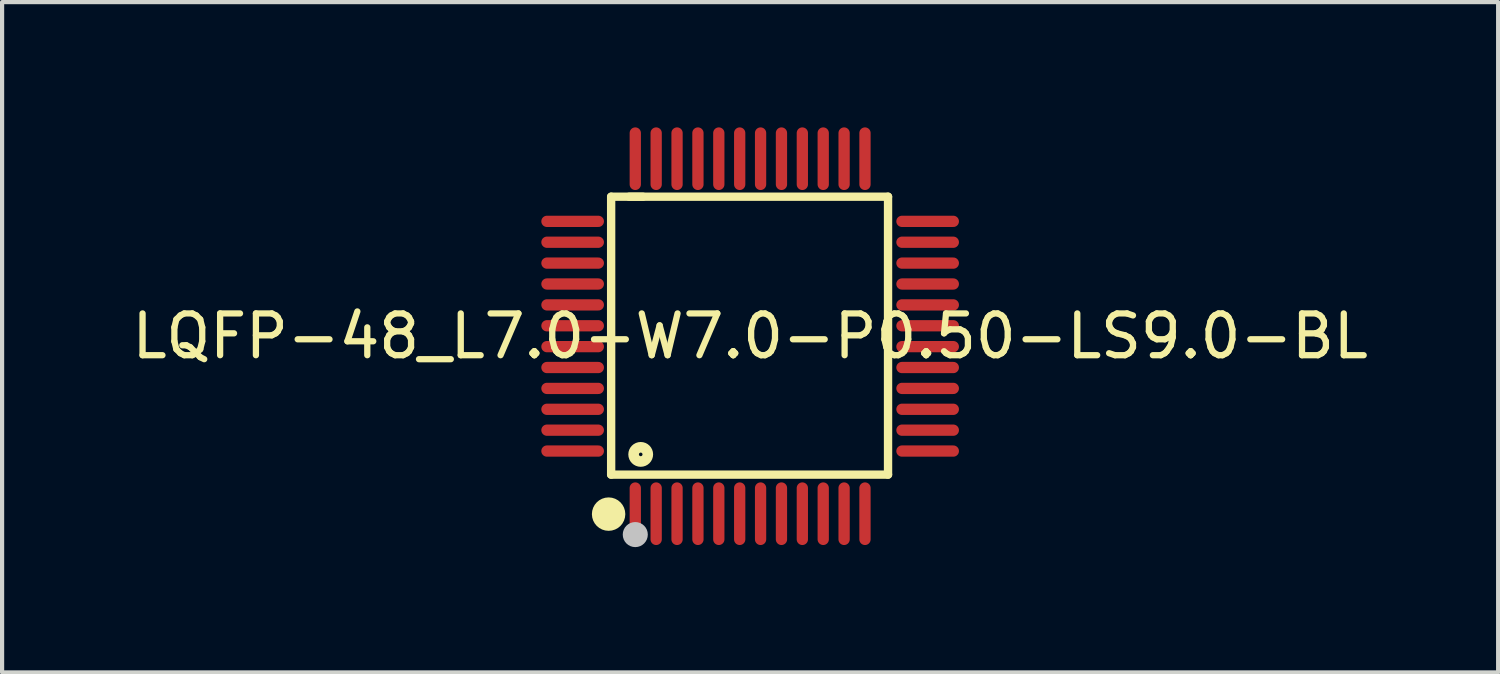
<source format=kicad_pcb>
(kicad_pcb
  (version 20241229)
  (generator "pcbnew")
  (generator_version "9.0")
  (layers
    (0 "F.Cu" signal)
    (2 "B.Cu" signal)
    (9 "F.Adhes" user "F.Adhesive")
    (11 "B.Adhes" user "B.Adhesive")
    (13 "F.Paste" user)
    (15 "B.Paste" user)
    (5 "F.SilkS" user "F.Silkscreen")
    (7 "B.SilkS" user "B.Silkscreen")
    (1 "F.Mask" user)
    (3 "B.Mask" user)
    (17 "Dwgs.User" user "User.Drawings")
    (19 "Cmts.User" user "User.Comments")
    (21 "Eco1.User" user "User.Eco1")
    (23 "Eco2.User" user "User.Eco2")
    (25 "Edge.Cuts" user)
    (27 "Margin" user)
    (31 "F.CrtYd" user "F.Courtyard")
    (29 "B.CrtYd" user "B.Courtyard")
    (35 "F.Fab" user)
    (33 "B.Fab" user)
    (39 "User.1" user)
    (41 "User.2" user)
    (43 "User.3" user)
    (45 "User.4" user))
  (footprint "LQFP-48_L7.0-W7.0-P0.50-LS9.0-BL"
    (layer "F.Cu")
    (at 14.911 5)
    (property "Reference" "LQFP-48_L7.0-W7.0-P0.50-LS9.0-BL" (at 0 0 0) (layer "F.SilkS") (effects (font (size 1 1) (thickness 0.15))))
    (fp_line (start -3.328 -3.34) (end -2.566 -3.34) (stroke (width 0.2) (type default)) (layer "F.SilkS"))
    (fp_line (start -3.328 3.314) (end -3.328 -3.34) (stroke (width 0.2) (type default)) (layer "F.SilkS"))
    (fp_line (start -2.896 -3.34) (end 3.302 -3.34) (stroke (width 0.2) (type default)) (layer "F.SilkS"))
    (fp_line (start 3.302 -3.34) (end 3.302 3.314) (stroke (width 0.2) (type default)) (layer "F.SilkS"))
    (fp_line (start 3.302 3.314) (end -3.328 3.314) (stroke (width 0.2) (type default)) (layer "F.SilkS"))
    (fp_arc (start -3.3875 4.06) (mid -3.38825 4.460002) (end -3.39 4.06) (stroke (width 0.4) (type default)) (layer "F.SilkS"))
    (fp_circle (center -2.62 2.83) (end -2.45 2.83) (stroke (width 0.254) (type default)) (fill no) (layer "F.SilkS"))
    (fp_circle (center -2.75 4.75) (end -2.6 4.75) (stroke (width 0.3) (type default)) (fill no) (layer "Dwgs.User"))
    (fp_poly (pts (xy -4.5 -2.865) (xy -3.8 -2.865) (xy -3.8 -2.635) (xy -4.5 -2.635)) (stroke (width 0.1) (type default)) (fill no) (layer "User.1"))
    (fp_poly (pts (xy -4.5 -2.365) (xy -3.8 -2.365) (xy -3.8 -2.135) (xy -4.5 -2.135)) (stroke (width 0.1) (type default)) (fill no) (layer "User.1"))
    (fp_poly (pts (xy -4.5 -1.865) (xy -3.8 -1.865) (xy -3.8 -1.635) (xy -4.5 -1.635)) (stroke (width 0.1) (type default)) (fill no) (layer "User.1"))
    (fp_poly (pts (xy -4.5 -1.365) (xy -3.8 -1.365) (xy -3.8 -1.135) (xy -4.5 -1.135)) (stroke (width 0.1) (type default)) (fill no) (layer "User.1"))
    (fp_poly (pts (xy -4.5 -0.865) (xy -3.8 -0.865) (xy -3.8 -0.635) (xy -4.5 -0.635)) (stroke (width 0.1) (type default)) (fill no) (layer "User.1"))
    (fp_poly (pts (xy -4.5 -0.365) (xy -3.8 -0.365) (xy -3.8 -0.135) (xy -4.5 -0.135)) (stroke (width 0.1) (type default)) (fill no) (layer "User.1"))
    (fp_poly (pts (xy -4.5 0.135) (xy -3.8 0.135) (xy -3.8 0.365) (xy -4.5 0.365)) (stroke (width 0.1) (type default)) (fill no) (layer "User.1"))
    (fp_poly (pts (xy -4.5 0.635) (xy -3.8 0.635) (xy -3.8 0.865) (xy -4.5 0.865)) (stroke (width 0.1) (type default)) (fill no) (layer "User.1"))
    (fp_poly (pts (xy -4.5 1.135) (xy -3.8 1.135) (xy -3.8 1.365) (xy -4.5 1.365)) (stroke (width 0.1) (type default)) (fill no) (layer "User.1"))
    (fp_poly (pts (xy -4.5 1.635) (xy -3.8 1.635) (xy -3.8 1.865) (xy -4.5 1.865)) (stroke (width 0.1) (type default)) (fill no) (layer "User.1"))
    (fp_poly (pts (xy -4.5 2.135) (xy -3.8 2.135) (xy -3.8 2.365) (xy -4.5 2.365)) (stroke (width 0.1) (type default)) (fill no) (layer "User.1"))
    (fp_poly (pts (xy -4.5 2.635) (xy -3.8 2.635) (xy -3.8 2.865) (xy -4.5 2.865)) (stroke (width 0.1) (type default)) (fill no) (layer "User.1"))
    (fp_poly (pts (xy -3.81 -2.865) (xy -3.49 -2.865) (xy -3.49 -2.635) (xy -3.81 -2.635)) (stroke (width 0.1) (type default)) (fill no) (layer "User.1"))
    (fp_poly (pts (xy -3.81 -2.365) (xy -3.49 -2.365) (xy -3.49 -2.135) (xy -3.81 -2.135)) (stroke (width 0.1) (type default)) (fill no) (layer "User.1"))
    (fp_poly (pts (xy -3.81 -1.865) (xy -3.49 -1.865) (xy -3.49 -1.635) (xy -3.81 -1.635)) (stroke (width 0.1) (type default)) (fill no) (layer "User.1"))
    (fp_poly (pts (xy -3.81 -1.365) (xy -3.49 -1.365) (xy -3.49 -1.135) (xy -3.81 -1.135)) (stroke (width 0.1) (type default)) (fill no) (layer "User.1"))
    (fp_poly (pts (xy -3.81 -0.865) (xy -3.49 -0.865) (xy -3.49 -0.635) (xy -3.81 -0.635)) (stroke (width 0.1) (type default)) (fill no) (layer "User.1"))
    (fp_poly (pts (xy -3.81 -0.365) (xy -3.49 -0.365) (xy -3.49 -0.135) (xy -3.81 -0.135)) (stroke (width 0.1) (type default)) (fill no) (layer "User.1"))
    (fp_poly (pts (xy -3.81 0.135) (xy -3.49 0.135) (xy -3.49 0.365) (xy -3.81 0.365)) (stroke (width 0.1) (type default)) (fill no) (layer "User.1"))
    (fp_poly (pts (xy -3.81 0.635) (xy -3.49 0.635) (xy -3.49 0.865) (xy -3.81 0.865)) (stroke (width 0.1) (type default)) (fill no) (layer "User.1"))
    (fp_poly (pts (xy -3.81 1.135) (xy -3.49 1.135) (xy -3.49 1.365) (xy -3.81 1.365)) (stroke (width 0.1) (type default)) (fill no) (layer "User.1"))
    (fp_poly (pts (xy -3.81 1.635) (xy -3.49 1.635) (xy -3.49 1.865) (xy -3.81 1.865)) (stroke (width 0.1) (type default)) (fill no) (layer "User.1"))
    (fp_poly (pts (xy -3.81 2.135) (xy -3.49 2.135) (xy -3.49 2.365) (xy -3.81 2.365)) (stroke (width 0.1) (type default)) (fill no) (layer "User.1"))
    (fp_poly (pts (xy -3.81 2.635) (xy -3.49 2.635) (xy -3.49 2.865) (xy -3.81 2.865)) (stroke (width 0.1) (type default)) (fill no) (layer "User.1"))
    (fp_poly (pts (xy -2.865 3.81) (xy -2.865 3.49) (xy -2.635 3.49) (xy -2.635 3.81)) (stroke (width 0.1) (type default)) (fill no) (layer "User.1"))
    (fp_poly (pts (xy -2.865 4.5) (xy -2.865 3.8) (xy -2.635 3.8) (xy -2.635 4.5)) (stroke (width 0.1) (type default)) (fill no) (layer "User.1"))
    (fp_poly (pts (xy -2.635 -4.5) (xy -2.635 -3.8) (xy -2.865 -3.8) (xy -2.865 -4.5)) (stroke (width 0.1) (type default)) (fill no) (layer "User.1"))
    (fp_poly (pts (xy -2.635 -3.81) (xy -2.635 -3.49) (xy -2.865 -3.49) (xy -2.865 -3.81)) (stroke (width 0.1) (type default)) (fill no) (layer "User.1"))
    (fp_poly (pts (xy -2.365 3.81) (xy -2.365 3.49) (xy -2.135 3.49) (xy -2.135 3.81)) (stroke (width 0.1) (type default)) (fill no) (layer "User.1"))
    (fp_poly (pts (xy -2.365 4.5) (xy -2.365 3.8) (xy -2.135 3.8) (xy -2.135 4.5)) (stroke (width 0.1) (type default)) (fill no) (layer "User.1"))
    (fp_poly (pts (xy -2.135 -4.5) (xy -2.135 -3.8) (xy -2.365 -3.8) (xy -2.365 -4.5)) (stroke (width 0.1) (type default)) (fill no) (layer "User.1"))
    (fp_poly (pts (xy -2.135 -3.81) (xy -2.135 -3.49) (xy -2.365 -3.49) (xy -2.365 -3.81)) (stroke (width 0.1) (type default)) (fill no) (layer "User.1"))
    (fp_poly (pts (xy -1.865 3.81) (xy -1.865 3.49) (xy -1.635 3.49) (xy -1.635 3.81)) (stroke (width 0.1) (type default)) (fill no) (layer "User.1"))
    (fp_poly (pts (xy -1.865 4.5) (xy -1.865 3.8) (xy -1.635 3.8) (xy -1.635 4.5)) (stroke (width 0.1) (type default)) (fill no) (layer "User.1"))
    (fp_poly (pts (xy -1.635 -4.5) (xy -1.635 -3.8) (xy -1.865 -3.8) (xy -1.865 -4.5)) (stroke (width 0.1) (type default)) (fill no) (layer "User.1"))
    (fp_poly (pts (xy -1.635 -3.81) (xy -1.635 -3.49) (xy -1.865 -3.49) (xy -1.865 -3.81)) (stroke (width 0.1) (type default)) (fill no) (layer "User.1"))
    (fp_poly (pts (xy -1.365 3.81) (xy -1.365 3.49) (xy -1.135 3.49) (xy -1.135 3.81)) (stroke (width 0.1) (type default)) (fill no) (layer "User.1"))
    (fp_poly (pts (xy -1.365 4.5) (xy -1.365 3.8) (xy -1.135 3.8) (xy -1.135 4.5)) (stroke (width 0.1) (type default)) (fill no) (layer "User.1"))
    (fp_poly (pts (xy -1.135 -4.5) (xy -1.135 -3.8) (xy -1.365 -3.8) (xy -1.365 -4.5)) (stroke (width 0.1) (type default)) (fill no) (layer "User.1"))
    (fp_poly (pts (xy -1.135 -3.81) (xy -1.135 -3.49) (xy -1.365 -3.49) (xy -1.365 -3.81)) (stroke (width 0.1) (type default)) (fill no) (layer "User.1"))
    (fp_poly (pts (xy -0.865 3.81) (xy -0.865 3.49) (xy -0.635 3.49) (xy -0.635 3.81)) (stroke (width 0.1) (type default)) (fill no) (layer "User.1"))
    (fp_poly (pts (xy -0.865 4.5) (xy -0.865 3.8) (xy -0.635 3.8) (xy -0.635 4.5)) (stroke (width 0.1) (type default)) (fill no) (layer "User.1"))
    (fp_poly (pts (xy -0.635 -4.5) (xy -0.635 -3.8) (xy -0.865 -3.8) (xy -0.865 -4.5)) (stroke (width 0.1) (type default)) (fill no) (layer "User.1"))
    (fp_poly (pts (xy -0.635 -3.81) (xy -0.635 -3.49) (xy -0.865 -3.49) (xy -0.865 -3.81)) (stroke (width 0.1) (type default)) (fill no) (layer "User.1"))
    (fp_poly (pts (xy -0.365 3.81) (xy -0.365 3.49) (xy -0.135 3.49) (xy -0.135 3.81)) (stroke (width 0.1) (type default)) (fill no) (layer "User.1"))
    (fp_poly (pts (xy -0.365 4.5) (xy -0.365 3.8) (xy -0.135 3.8) (xy -0.135 4.5)) (stroke (width 0.1) (type default)) (fill no) (layer "User.1"))
    (fp_poly (pts (xy -0.135 -4.5) (xy -0.135 -3.8) (xy -0.365 -3.8) (xy -0.365 -4.5)) (stroke (width 0.1) (type default)) (fill no) (layer "User.1"))
    (fp_poly (pts (xy -0.135 -3.81) (xy -0.135 -3.49) (xy -0.365 -3.49) (xy -0.365 -3.81)) (stroke (width 0.1) (type default)) (fill no) (layer "User.1"))
    (fp_poly (pts (xy 0.135 3.81) (xy 0.135 3.49) (xy 0.365 3.49) (xy 0.365 3.81)) (stroke (width 0.1) (type default)) (fill no) (layer "User.1"))
    (fp_poly (pts (xy 0.135 4.5) (xy 0.135 3.8) (xy 0.365 3.8) (xy 0.365 4.5)) (stroke (width 0.1) (type default)) (fill no) (layer "User.1"))
    (fp_poly (pts (xy 0.365 -4.5) (xy 0.365 -3.8) (xy 0.135 -3.8) (xy 0.135 -4.5)) (stroke (width 0.1) (type default)) (fill no) (layer "User.1"))
    (fp_poly (pts (xy 0.365 -3.81) (xy 0.365 -3.49) (xy 0.135 -3.49) (xy 0.135 -3.81)) (stroke (width 0.1) (type default)) (fill no) (layer "User.1"))
    (fp_poly (pts (xy 0.635 3.81) (xy 0.635 3.49) (xy 0.865 3.49) (xy 0.865 3.81)) (stroke (width 0.1) (type default)) (fill no) (layer "User.1"))
    (fp_poly (pts (xy 0.635 4.5) (xy 0.635 3.8) (xy 0.865 3.8) (xy 0.865 4.5)) (stroke (width 0.1) (type default)) (fill no) (layer "User.1"))
    (fp_poly (pts (xy 0.865 -4.5) (xy 0.865 -3.8) (xy 0.635 -3.8) (xy 0.635 -4.5)) (stroke (width 0.1) (type default)) (fill no) (layer "User.1"))
    (fp_poly (pts (xy 0.865 -3.81) (xy 0.865 -3.49) (xy 0.635 -3.49) (xy 0.635 -3.81)) (stroke (width 0.1) (type default)) (fill no) (layer "User.1"))
    (fp_poly (pts (xy 1.135 3.81) (xy 1.135 3.49) (xy 1.365 3.49) (xy 1.365 3.81)) (stroke (width 0.1) (type default)) (fill no) (layer "User.1"))
    (fp_poly (pts (xy 1.135 4.5) (xy 1.135 3.8) (xy 1.365 3.8) (xy 1.365 4.5)) (stroke (width 0.1) (type default)) (fill no) (layer "User.1"))
    (fp_poly (pts (xy 1.365 -4.5) (xy 1.365 -3.8) (xy 1.135 -3.8) (xy 1.135 -4.5)) (stroke (width 0.1) (type default)) (fill no) (layer "User.1"))
    (fp_poly (pts (xy 1.365 -3.81) (xy 1.365 -3.49) (xy 1.135 -3.49) (xy 1.135 -3.81)) (stroke (width 0.1) (type default)) (fill no) (layer "User.1"))
    (fp_poly (pts (xy 1.635 3.81) (xy 1.635 3.49) (xy 1.865 3.49) (xy 1.865 3.81)) (stroke (width 0.1) (type default)) (fill no) (layer "User.1"))
    (fp_poly (pts (xy 1.635 4.5) (xy 1.635 3.8) (xy 1.865 3.8) (xy 1.865 4.5)) (stroke (width 0.1) (type default)) (fill no) (layer "User.1"))
    (fp_poly (pts (xy 1.865 -4.5) (xy 1.865 -3.8) (xy 1.635 -3.8) (xy 1.635 -4.5)) (stroke (width 0.1) (type default)) (fill no) (layer "User.1"))
    (fp_poly (pts (xy 1.865 -3.81) (xy 1.865 -3.49) (xy 1.635 -3.49) (xy 1.635 -3.81)) (stroke (width 0.1) (type default)) (fill no) (layer "User.1"))
    (fp_poly (pts (xy 2.135 3.81) (xy 2.135 3.49) (xy 2.365 3.49) (xy 2.365 3.81)) (stroke (width 0.1) (type default)) (fill no) (layer "User.1"))
    (fp_poly (pts (xy 2.135 4.5) (xy 2.135 3.8) (xy 2.365 3.8) (xy 2.365 4.5)) (stroke (width 0.1) (type default)) (fill no) (layer "User.1"))
    (fp_poly (pts (xy 2.365 -4.5) (xy 2.365 -3.8) (xy 2.135 -3.8) (xy 2.135 -4.5)) (stroke (width 0.1) (type default)) (fill no) (layer "User.1"))
    (fp_poly (pts (xy 2.365 -3.81) (xy 2.365 -3.49) (xy 2.135 -3.49) (xy 2.135 -3.81)) (stroke (width 0.1) (type default)) (fill no) (layer "User.1"))
    (fp_poly (pts (xy 2.635 3.81) (xy 2.635 3.49) (xy 2.865 3.49) (xy 2.865 3.81)) (stroke (width 0.1) (type default)) (fill no) (layer "User.1"))
    (fp_poly (pts (xy 2.635 4.5) (xy 2.635 3.8) (xy 2.865 3.8) (xy 2.865 4.5)) (stroke (width 0.1) (type default)) (fill no) (layer "User.1"))
    (fp_poly (pts (xy 2.865 -4.5) (xy 2.865 -3.8) (xy 2.635 -3.8) (xy 2.635 -4.5)) (stroke (width 0.1) (type default)) (fill no) (layer "User.1"))
    (fp_poly (pts (xy 2.865 -3.81) (xy 2.865 -3.49) (xy 2.635 -3.49) (xy 2.635 -3.81)) (stroke (width 0.1) (type default)) (fill no) (layer "User.1"))
    (fp_poly (pts (xy 3.81 -2.635) (xy 3.49 -2.635) (xy 3.49 -2.865) (xy 3.81 -2.865)) (stroke (width 0.1) (type default)) (fill no) (layer "User.1"))
    (fp_poly (pts (xy 3.81 -2.135) (xy 3.49 -2.135) (xy 3.49 -2.365) (xy 3.81 -2.365)) (stroke (width 0.1) (type default)) (fill no) (layer "User.1"))
    (fp_poly (pts (xy 3.81 -1.635) (xy 3.49 -1.635) (xy 3.49 -1.865) (xy 3.81 -1.865)) (stroke (width 0.1) (type default)) (fill no) (layer "User.1"))
    (fp_poly (pts (xy 3.81 -1.135) (xy 3.49 -1.135) (xy 3.49 -1.365) (xy 3.81 -1.365)) (stroke (width 0.1) (type default)) (fill no) (layer "User.1"))
    (fp_poly (pts (xy 3.81 -0.635) (xy 3.49 -0.635) (xy 3.49 -0.865) (xy 3.81 -0.865)) (stroke (width 0.1) (type default)) (fill no) (layer "User.1"))
    (fp_poly (pts (xy 3.81 -0.135) (xy 3.49 -0.135) (xy 3.49 -0.365) (xy 3.81 -0.365)) (stroke (width 0.1) (type default)) (fill no) (layer "User.1"))
    (fp_poly (pts (xy 3.81 0.365) (xy 3.49 0.365) (xy 3.49 0.135) (xy 3.81 0.135)) (stroke (width 0.1) (type default)) (fill no) (layer "User.1"))
    (fp_poly (pts (xy 3.81 0.865) (xy 3.49 0.865) (xy 3.49 0.635) (xy 3.81 0.635)) (stroke (width 0.1) (type default)) (fill no) (layer "User.1"))
    (fp_poly (pts (xy 3.81 1.365) (xy 3.49 1.365) (xy 3.49 1.135) (xy 3.81 1.135)) (stroke (width 0.1) (type default)) (fill no) (layer "User.1"))
    (fp_poly (pts (xy 3.81 1.865) (xy 3.49 1.865) (xy 3.49 1.635) (xy 3.81 1.635)) (stroke (width 0.1) (type default)) (fill no) (layer "User.1"))
    (fp_poly (pts (xy 3.81 2.365) (xy 3.49 2.365) (xy 3.49 2.135) (xy 3.81 2.135)) (stroke (width 0.1) (type default)) (fill no) (layer "User.1"))
    (fp_poly (pts (xy 3.81 2.865) (xy 3.49 2.865) (xy 3.49 2.635) (xy 3.81 2.635)) (stroke (width 0.1) (type default)) (fill no) (layer "User.1"))
    (fp_poly (pts (xy 4.5 -2.635) (xy 3.8 -2.635) (xy 3.8 -2.865) (xy 4.5 -2.865)) (stroke (width 0.1) (type default)) (fill no) (layer "User.1"))
    (fp_poly (pts (xy 4.5 -2.135) (xy 3.8 -2.135) (xy 3.8 -2.365) (xy 4.5 -2.365)) (stroke (width 0.1) (type default)) (fill no) (layer "User.1"))
    (fp_poly (pts (xy 4.5 -1.635) (xy 3.8 -1.635) (xy 3.8 -1.865) (xy 4.5 -1.865)) (stroke (width 0.1) (type default)) (fill no) (layer "User.1"))
    (fp_poly (pts (xy 4.5 -1.135) (xy 3.8 -1.135) (xy 3.8 -1.365) (xy 4.5 -1.365)) (stroke (width 0.1) (type default)) (fill no) (layer "User.1"))
    (fp_poly (pts (xy 4.5 -0.635) (xy 3.8 -0.635) (xy 3.8 -0.865) (xy 4.5 -0.865)) (stroke (width 0.1) (type default)) (fill no) (layer "User.1"))
    (fp_poly (pts (xy 4.5 -0.135) (xy 3.8 -0.135) (xy 3.8 -0.365) (xy 4.5 -0.365)) (stroke (width 0.1) (type default)) (fill no) (layer "User.1"))
    (fp_poly (pts (xy 4.5 0.365) (xy 3.8 0.365) (xy 3.8 0.135) (xy 4.5 0.135)) (stroke (width 0.1) (type default)) (fill no) (layer "User.1"))
    (fp_poly (pts (xy 4.5 0.865) (xy 3.8 0.865) (xy 3.8 0.635) (xy 4.5 0.635)) (stroke (width 0.1) (type default)) (fill no) (layer "User.1"))
    (fp_poly (pts (xy 4.5 1.365) (xy 3.8 1.365) (xy 3.8 1.135) (xy 4.5 1.135)) (stroke (width 0.1) (type default)) (fill no) (layer "User.1"))
    (fp_poly (pts (xy 4.5 1.865) (xy 3.8 1.865) (xy 3.8 1.635) (xy 4.5 1.635)) (stroke (width 0.1) (type default)) (fill no) (layer "User.1"))
    (fp_poly (pts (xy 4.5 2.365) (xy 3.8 2.365) (xy 3.8 2.135) (xy 4.5 2.135)) (stroke (width 0.1) (type default)) (fill no) (layer "User.1"))
    (fp_poly (pts (xy 4.5 2.865) (xy 3.8 2.865) (xy 3.8 2.635) (xy 4.5 2.635)) (stroke (width 0.1) (type default)) (fill no) (layer "User.1"))
    (fp_line (start -3.5 -3.5) (end 3.5 -3.5) (stroke (width 0.051) (type default)) (layer "User.2"))
    (fp_line (start -3.5 3.5) (end -3.5 -3.5) (stroke (width 0.051) (type default)) (layer "User.2"))
    (fp_line (start 3.5 -3.5) (end 3.5 3.5) (stroke (width 0.051) (type default)) (layer "User.2"))
    (fp_line (start 3.5 3.5) (end -3.5 3.5) (stroke (width 0.051) (type default)) (layer "User.2"))
    (fp_poly (pts (xy -4.44 4.5) (xy -4.458 4.458) (xy -4.5 4.44) (xy -4.542 4.458) (xy -4.56 4.5) (xy -4.542 4.542) (xy -4.5 4.56) (xy -4.458 4.542)) (stroke (width 0.1) (type default)) (fill no) (layer "User.3"))
    (pad "1" smd oval (at -2.75 4.25) (size 0.27 1.5) (layers "F.Cu" "F.Mask" "F.Paste"))
    (pad "2" smd oval (at -2.25 4.25) (size 0.27 1.5) (layers "F.Cu" "F.Mask" "F.Paste"))
    (pad "3" smd oval (at -1.75 4.25) (size 0.27 1.5) (layers "F.Cu" "F.Mask" "F.Paste"))
    (pad "4" smd oval (at -1.25 4.25) (size 0.27 1.5) (layers "F.Cu" "F.Mask" "F.Paste"))
    (pad "5" smd oval (at -0.75 4.25) (size 0.27 1.5) (layers "F.Cu" "F.Mask" "F.Paste"))
    (pad "6" smd oval (at -0.25 4.25) (size 0.27 1.5) (layers "F.Cu" "F.Mask" "F.Paste"))
    (pad "7" smd oval (at 0.25 4.25) (size 0.27 1.5) (layers "F.Cu" "F.Mask" "F.Paste"))
    (pad "8" smd oval (at 0.75 4.25) (size 0.27 1.5) (layers "F.Cu" "F.Mask" "F.Paste"))
    (pad "9" smd oval (at 1.25 4.25) (size 0.27 1.5) (layers "F.Cu" "F.Mask" "F.Paste"))
    (pad "10" smd oval (at 1.75 4.25) (size 0.27 1.5) (layers "F.Cu" "F.Mask" "F.Paste"))
    (pad "11" smd oval (at 2.25 4.25) (size 0.27 1.5) (layers "F.Cu" "F.Mask" "F.Paste"))
    (pad "12" smd oval (at 2.75 4.25) (size 0.27 1.5) (layers "F.Cu" "F.Mask" "F.Paste"))
    (pad "13" smd oval (at 4.25 2.75) (size 1.5 0.27) (layers "F.Cu" "F.Mask" "F.Paste"))
    (pad "14" smd oval (at 4.25 2.25) (size 1.5 0.27) (layers "F.Cu" "F.Mask" "F.Paste"))
    (pad "15" smd oval (at 4.25 1.75) (size 1.5 0.27) (layers "F.Cu" "F.Mask" "F.Paste"))
    (pad "16" smd oval (at 4.25 1.25) (size 1.5 0.27) (layers "F.Cu" "F.Mask" "F.Paste"))
    (pad "17" smd oval (at 4.25 0.75) (size 1.5 0.27) (layers "F.Cu" "F.Mask" "F.Paste"))
    (pad "18" smd oval (at 4.25 0.25) (size 1.5 0.27) (layers "F.Cu" "F.Mask" "F.Paste"))
    (pad "19" smd oval (at 4.25 -0.25) (size 1.5 0.27) (layers "F.Cu" "F.Mask" "F.Paste"))
    (pad "20" smd oval (at 4.25 -0.75) (size 1.5 0.27) (layers "F.Cu" "F.Mask" "F.Paste"))
    (pad "21" smd oval (at 4.25 -1.25) (size 1.5 0.27) (layers "F.Cu" "F.Mask" "F.Paste"))
    (pad "22" smd oval (at 4.25 -1.75) (size 1.5 0.27) (layers "F.Cu" "F.Mask" "F.Paste"))
    (pad "23" smd oval (at 4.25 -2.25) (size 1.5 0.27) (layers "F.Cu" "F.Mask" "F.Paste"))
    (pad "24" smd oval (at 4.25 -2.75) (size 1.5 0.27) (layers "F.Cu" "F.Mask" "F.Paste"))
    (pad "25" smd oval (at 2.75 -4.25) (size 0.27 1.5) (layers "F.Cu" "F.Mask" "F.Paste"))
    (pad "26" smd oval (at 2.25 -4.25) (size 0.27 1.5) (layers "F.Cu" "F.Mask" "F.Paste"))
    (pad "27" smd oval (at 1.75 -4.25) (size 0.27 1.5) (layers "F.Cu" "F.Mask" "F.Paste"))
    (pad "28" smd oval (at 1.25 -4.25) (size 0.27 1.5) (layers "F.Cu" "F.Mask" "F.Paste"))
    (pad "29" smd oval (at 0.75 -4.25) (size 0.27 1.5) (layers "F.Cu" "F.Mask" "F.Paste"))
    (pad "30" smd oval (at 0.25 -4.25) (size 0.27 1.5) (layers "F.Cu" "F.Mask" "F.Paste"))
    (pad "31" smd oval (at -0.25 -4.25) (size 0.27 1.5) (layers "F.Cu" "F.Mask" "F.Paste"))
    (pad "32" smd oval (at -0.75 -4.25) (size 0.27 1.5) (layers "F.Cu" "F.Mask" "F.Paste"))
    (pad "33" smd oval (at -1.25 -4.25) (size 0.27 1.5) (layers "F.Cu" "F.Mask" "F.Paste"))
    (pad "34" smd oval (at -1.75 -4.25) (size 0.27 1.5) (layers "F.Cu" "F.Mask" "F.Paste"))
    (pad "35" smd oval (at -2.25 -4.25) (size 0.27 1.5) (layers "F.Cu" "F.Mask" "F.Paste"))
    (pad "36" smd oval (at -2.75 -4.25) (size 0.27 1.5) (layers "F.Cu" "F.Mask" "F.Paste"))
    (pad "37" smd oval (at -4.25 -2.75) (size 1.5 0.27) (layers "F.Cu" "F.Mask" "F.Paste"))
    (pad "38" smd oval (at -4.25 -2.25) (size 1.5 0.27) (layers "F.Cu" "F.Mask" "F.Paste"))
    (pad "39" smd oval (at -4.25 -1.75) (size 1.5 0.27) (layers "F.Cu" "F.Mask" "F.Paste"))
    (pad "40" smd oval (at -4.25 -1.25) (size 1.5 0.27) (layers "F.Cu" "F.Mask" "F.Paste"))
    (pad "41" smd oval (at -4.25 -0.75) (size 1.5 0.27) (layers "F.Cu" "F.Mask" "F.Paste"))
    (pad "42" smd oval (at -4.25 -0.25) (size 1.5 0.27) (layers "F.Cu" "F.Mask" "F.Paste"))
    (pad "43" smd oval (at -4.25 0.25) (size 1.5 0.27) (layers "F.Cu" "F.Mask" "F.Paste"))
    (pad "44" smd oval (at -4.25 0.75) (size 1.5 0.27) (layers "F.Cu" "F.Mask" "F.Paste"))
    (pad "45" smd oval (at -4.25 1.25) (size 1.5 0.27) (layers "F.Cu" "F.Mask" "F.Paste"))
    (pad "46" smd oval (at -4.25 1.75) (size 1.5 0.27) (layers "F.Cu" "F.Mask" "F.Paste"))
    (pad "47" smd oval (at -4.25 2.25) (size 1.5 0.27) (layers "F.Cu" "F.Mask" "F.Paste"))
    (pad "48" smd oval (at -4.25 2.75) (size 1.5 0.27) (layers "F.Cu" "F.Mask" "F.Paste")))
  (gr_rect
    (start -3 -3)
    (end 32.821 13.05)
    (stroke (width 0.1) (type default))
    (fill no)
    (layer "Edge.Cuts")))
</source>
